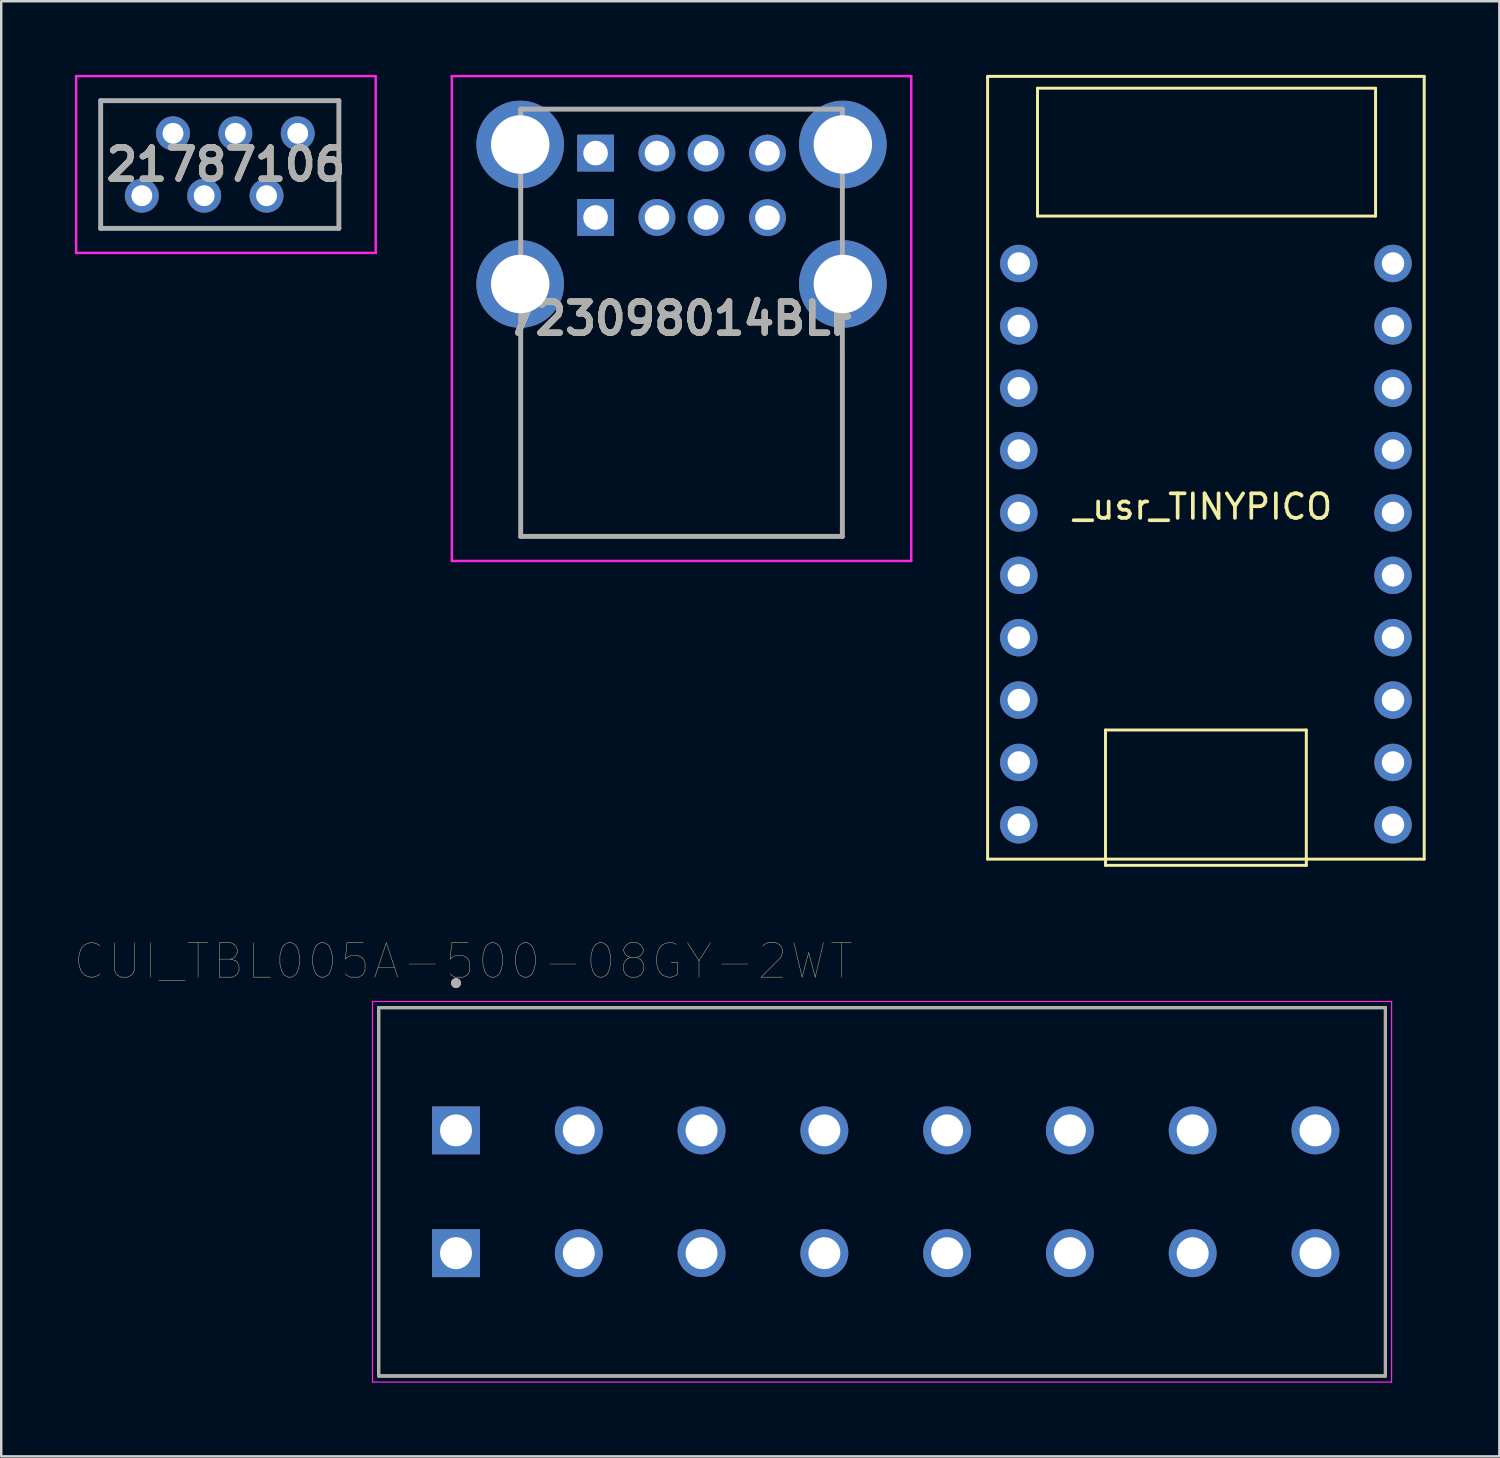
<source format=kicad_pcb>
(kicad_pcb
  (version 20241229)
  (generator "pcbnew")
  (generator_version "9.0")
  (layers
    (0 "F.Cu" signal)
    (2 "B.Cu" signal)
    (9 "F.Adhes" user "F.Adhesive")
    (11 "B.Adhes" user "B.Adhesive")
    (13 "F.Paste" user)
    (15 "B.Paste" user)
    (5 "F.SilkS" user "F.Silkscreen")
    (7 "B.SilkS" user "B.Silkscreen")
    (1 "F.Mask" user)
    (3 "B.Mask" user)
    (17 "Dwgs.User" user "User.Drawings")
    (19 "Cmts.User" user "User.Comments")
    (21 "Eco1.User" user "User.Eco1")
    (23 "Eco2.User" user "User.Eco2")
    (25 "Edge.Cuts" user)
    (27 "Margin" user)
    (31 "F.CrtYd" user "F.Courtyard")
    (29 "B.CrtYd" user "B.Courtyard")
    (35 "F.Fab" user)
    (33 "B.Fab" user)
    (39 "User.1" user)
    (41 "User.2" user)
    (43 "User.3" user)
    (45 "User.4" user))
  (footprint "CUI_TBL005A-500-08GY-2WT"
    (layer "F.Cu")
    (at 15.521 42.985)
    (property "Reference" "CUI_TBL005A-500-08GY-2WT" (at 0.295 -6.889 0) (layer "F.SilkS") (effects (font (size 1.4 1.4) (thickness 0.015))))
    (attr through_hole)
    (fp_line (start -3.15 -5) (end 37.85 -5) (stroke (width 0.127) (type solid)) (layer "F.SilkS"))
    (fp_line (start -3.15 10) (end -3.15 -5) (stroke (width 0.127) (type solid)) (layer "F.SilkS"))
    (fp_line (start 37.85 -5) (end 37.85 10) (stroke (width 0.127) (type solid)) (layer "F.SilkS"))
    (fp_line (start 37.85 10) (end -3.15 10) (stroke (width 0.127) (type solid)) (layer "F.SilkS"))
    (fp_circle (center 0 -6) (end 0.1 -6) (stroke (width 0.2) (type solid)) (fill no) (layer "F.SilkS"))
    (fp_line (start -3.4 -5.25) (end 38.1 -5.25) (stroke (width 0.05) (type solid)) (layer "F.CrtYd"))
    (fp_line (start -3.4 10.25) (end -3.4 -5.25) (stroke (width 0.05) (type solid)) (layer "F.CrtYd"))
    (fp_line (start 38.1 -5.25) (end 38.1 10.25) (stroke (width 0.05) (type solid)) (layer "F.CrtYd"))
    (fp_line (start 38.1 10.25) (end -3.4 10.25) (stroke (width 0.05) (type solid)) (layer "F.CrtYd"))
    (fp_line (start -3.15 -5) (end 37.85 -5) (stroke (width 0.127) (type solid)) (layer "F.Fab"))
    (fp_line (start -3.15 10) (end -3.15 -5) (stroke (width 0.127) (type solid)) (layer "F.Fab"))
    (fp_line (start 37.85 -5) (end 37.85 10) (stroke (width 0.127) (type solid)) (layer "F.Fab"))
    (fp_line (start 37.85 10) (end -3.15 10) (stroke (width 0.127) (type solid)) (layer "F.Fab"))
    (fp_circle (center 0 -6) (end 0.1 -6) (stroke (width 0.2) (type solid)) (fill no) (layer "F.Fab"))
    (pad "1" thru_hole rect (at 0 0) (size 1.95 1.95) (drill 1.3) (layers "*.Cu" "*.Mask"))
    (pad "1" thru_hole rect (at 0 5) (size 1.95 1.95) (drill 1.3) (layers "*.Cu" "*.Mask"))
    (pad "2" thru_hole circle (at 5 0) (size 1.95 1.95) (drill 1.3) (layers "*.Cu" "*.Mask"))
    (pad "2" thru_hole circle (at 5 5) (size 1.95 1.95) (drill 1.3) (layers "*.Cu" "*.Mask"))
    (pad "3" thru_hole circle (at 10 0) (size 1.95 1.95) (drill 1.3) (layers "*.Cu" "*.Mask"))
    (pad "3" thru_hole circle (at 10 5) (size 1.95 1.95) (drill 1.3) (layers "*.Cu" "*.Mask"))
    (pad "4" thru_hole circle (at 15 0) (size 1.95 1.95) (drill 1.3) (layers "*.Cu" "*.Mask"))
    (pad "4" thru_hole circle (at 15 5) (size 1.95 1.95) (drill 1.3) (layers "*.Cu" "*.Mask"))
    (pad "5" thru_hole circle (at 20 0) (size 1.95 1.95) (drill 1.3) (layers "*.Cu" "*.Mask"))
    (pad "5" thru_hole circle (at 20 5) (size 1.95 1.95) (drill 1.3) (layers "*.Cu" "*.Mask"))
    (pad "6" thru_hole circle (at 25 0) (size 1.95 1.95) (drill 1.3) (layers "*.Cu" "*.Mask"))
    (pad "6" thru_hole circle (at 25 5) (size 1.95 1.95) (drill 1.3) (layers "*.Cu" "*.Mask"))
    (pad "7" thru_hole circle (at 30 0) (size 1.95 1.95) (drill 1.3) (layers "*.Cu" "*.Mask"))
    (pad "7" thru_hole circle (at 30 5) (size 1.95 1.95) (drill 1.3) (layers "*.Cu" "*.Mask"))
    (pad "8" thru_hole circle (at 35 0) (size 1.95 1.95) (drill 1.3) (layers "*.Cu" "*.Mask"))
    (pad "8" thru_hole circle (at 35 5) (size 1.95 1.95) (drill 1.3) (layers "*.Cu" "*.Mask")))
  (footprint "723098014BLF"
    (layer "F.Cu")
    (at 21.205 3.185)
    (property "Reference" "723098014BLF" (at 3.5 6.738 0) (layer "F.SilkS") (effects (font (size 1.27 1.27) (thickness 0.254))))
    (attr through_hole)
    (fp_line (start -3.07 8.11) (end -3.07 15.61) (stroke (width 0.1) (type solid)) (layer "F.SilkS"))
    (fp_line (start -3.07 15.61) (end 10.07 15.61) (stroke (width 0.1) (type solid)) (layer "F.SilkS"))
    (fp_line (start -1 -1.79) (end 8 -1.79) (stroke (width 0.1) (type solid)) (layer "F.SilkS"))
    (fp_line (start 10.07 15.61) (end 10.07 8.11) (stroke (width 0.1) (type solid)) (layer "F.SilkS"))
    (fp_line (start -5.855 -3.135) (end 12.855 -3.135) (stroke (width 0.1) (type solid)) (layer "F.CrtYd"))
    (fp_line (start -5.855 16.61) (end -5.855 -3.135) (stroke (width 0.1) (type solid)) (layer "F.CrtYd"))
    (fp_line (start 12.855 -3.135) (end 12.855 16.61) (stroke (width 0.1) (type solid)) (layer "F.CrtYd"))
    (fp_line (start 12.855 16.61) (end -5.855 16.61) (stroke (width 0.1) (type solid)) (layer "F.CrtYd"))
    (fp_line (start -3.05 -1.79) (end -3.05 15.61) (stroke (width 0.2) (type solid)) (layer "F.Fab"))
    (fp_line (start -3.05 15.61) (end 10.05 15.61) (stroke (width 0.2) (type solid)) (layer "F.Fab"))
    (fp_line (start 10.05 -1.79) (end -3.05 -1.79) (stroke (width 0.2) (type solid)) (layer "F.Fab"))
    (fp_line (start 10.05 15.61) (end 10.05 -1.79) (stroke (width 0.2) (type solid)) (layer "F.Fab"))
    (fp_text user "${REFERENCE}" (at 3.5 6.738 0) (layer "F.Fab") (effects (font (size 1.27 1.27) (thickness 0.254))))
    (pad "A1" thru_hole rect (at 0 0) (size 1.5 1.5) (drill 1) (layers "*.Cu" "*.Mask"))
    (pad "A2" thru_hole circle (at 2.5 0) (size 1.5 1.5) (drill 1) (layers "*.Cu" "*.Mask"))
    (pad "A3" thru_hole circle (at 4.5 0) (size 1.5 1.5) (drill 1) (layers "*.Cu" "*.Mask"))
    (pad "A4" thru_hole circle (at 7 0) (size 1.5 1.5) (drill 1) (layers "*.Cu" "*.Mask"))
    (pad "B1" thru_hole rect (at 0 2.62) (size 1.5 1.5) (drill 1) (layers "*.Cu" "*.Mask"))
    (pad "B2" thru_hole circle (at 2.5 2.62) (size 1.5 1.5) (drill 1) (layers "*.Cu" "*.Mask"))
    (pad "B3" thru_hole circle (at 4.5 2.62) (size 1.5 1.5) (drill 1) (layers "*.Cu" "*.Mask"))
    (pad "B4" thru_hole circle (at 7 2.63) (size 1.5 1.5) (drill 1) (layers "*.Cu" "*.Mask"))
    (pad "MH1" thru_hole circle (at -3.07 5.33) (size 3.57 3.57) (drill 2.38) (layers "*.Cu" "*.Mask"))
    (pad "MH2" thru_hole circle (at 10.07 5.33) (size 3.57 3.57) (drill 2.38) (layers "*.Cu" "*.Mask"))
    (pad "MH3" thru_hole circle (at 10.07 -0.35) (size 3.57 3.57) (drill 2.38) (layers "*.Cu" "*.Mask"))
    (pad "MH4" thru_hole circle (at -3.07 -0.35) (size 3.57 3.57) (drill 2.38) (layers "*.Cu" "*.Mask")))
  (footprint "21787106"
    (layer "F.Cu")
    (at 2.725 4.92)
    (property "Reference" "21787106" (at 3.425 -1.27 0) (layer "F.SilkS") (effects (font (size 1.27 1.27) (thickness 0.254))))
    (attr through_hole)
    (fp_line (start -1.675 -3.87) (end 8.025 -3.87) (stroke (width 0.1) (type solid)) (layer "F.SilkS"))
    (fp_line (start -1.675 1.33) (end -1.675 -3.87) (stroke (width 0.1) (type solid)) (layer "F.SilkS"))
    (fp_line (start 8.025 -3.87) (end 8.025 -1.77) (stroke (width 0.1) (type solid)) (layer "F.SilkS"))
    (fp_line (start 8.025 0.23) (end 8.025 1.23) (stroke (width 0.1) (type solid)) (layer "F.SilkS"))
    (fp_line (start 8.025 1.23) (end 8.025 1.33) (stroke (width 0.1) (type solid)) (layer "F.SilkS"))
    (fp_line (start 8.025 1.33) (end -1.675 1.33) (stroke (width 0.1) (type solid)) (layer "F.SilkS"))
    (fp_line (start -2.675 -4.87) (end 9.525 -4.87) (stroke (width 0.1) (type solid)) (layer "F.CrtYd"))
    (fp_line (start -2.675 2.33) (end -2.675 -4.87) (stroke (width 0.1) (type solid)) (layer "F.CrtYd"))
    (fp_line (start 9.525 -4.87) (end 9.525 2.33) (stroke (width 0.1) (type solid)) (layer "F.CrtYd"))
    (fp_line (start 9.525 2.33) (end -2.675 2.33) (stroke (width 0.1) (type solid)) (layer "F.CrtYd"))
    (fp_line (start -1.675 -3.87) (end 8.025 -3.87) (stroke (width 0.2) (type solid)) (layer "F.Fab"))
    (fp_line (start -1.675 1.33) (end -1.675 -3.87) (stroke (width 0.2) (type solid)) (layer "F.Fab"))
    (fp_line (start 8.025 -3.87) (end 8.025 1.33) (stroke (width 0.2) (type solid)) (layer "F.Fab"))
    (fp_line (start 8.025 1.33) (end -1.675 1.33) (stroke (width 0.2) (type solid)) (layer "F.Fab"))
    (fp_text user "${REFERENCE}" (at 3.425 -1.27 0) (layer "F.Fab") (effects (font (size 1.27 1.27) (thickness 0.254))))
    (pad "" np_thru_hole circle (at 7.75 -0.74) (size 0.001 0.001) (drill 1.55) (layers "*.Cu" "*.Mask"))
    (pad "1" thru_hole circle (at 0 0) (size 1.381 1.381) (drill 0.85) (layers "*.Cu" "*.Mask"))
    (pad "2" thru_hole circle (at 1.27 -2.54) (size 1.381 1.381) (drill 0.85) (layers "*.Cu" "*.Mask"))
    (pad "3" thru_hole circle (at 2.54 0) (size 1.381 1.381) (drill 0.85) (layers "*.Cu" "*.Mask"))
    (pad "4" thru_hole circle (at 3.81 -2.54) (size 1.381 1.381) (drill 0.85) (layers "*.Cu" "*.Mask"))
    (pad "5" thru_hole circle (at 5.08 0) (size 1.381 1.381) (drill 0.85) (layers "*.Cu" "*.Mask"))
    (pad "6" thru_hole circle (at 6.35 -2.54) (size 1.381 1.381) (drill 0.85) (layers "*.Cu" "*.Mask")))
  (footprint "_usr_TINYPICO"
    (layer "F.Cu")
    (at 38.186 30.794)
    (property "Reference" "_usr_TINYPICO" (at 7.747 -13.208 180) (layer "F.SilkS") (effects (font (size 1 1) (thickness 0.15))))
    (attr through_hole)
    (fp_line (start -1.016 -30.734) (end 16.764 -30.734) (stroke (width 0.12) (type solid)) (layer "F.SilkS"))
    (fp_line (start -1.016 1.143) (end -1.016 -30.734) (stroke (width 0.12) (type solid)) (layer "F.SilkS"))
    (fp_line (start 1.016 -30.251) (end 14.783 -30.251) (stroke (width 0.12) (type solid)) (layer "F.SilkS"))
    (fp_line (start 1.016 -25.044) (end 1.016 -30.251) (stroke (width 0.12) (type solid)) (layer "F.SilkS"))
    (fp_line (start 1.016 -25.044) (end 14.783 -25.044) (stroke (width 0.12) (type solid)) (layer "F.SilkS"))
    (fp_line (start 3.785 -4.115) (end 11.963 -4.115) (stroke (width 0.12) (type solid)) (layer "F.SilkS"))
    (fp_line (start 3.785 1.397) (end 3.785 -4.115) (stroke (width 0.12) (type solid)) (layer "F.SilkS"))
    (fp_line (start 3.785 1.397) (end 11.963 1.397) (stroke (width 0.12) (type solid)) (layer "F.SilkS"))
    (fp_line (start 11.963 -4.115) (end 11.963 1.397) (stroke (width 0.12) (type solid)) (layer "F.SilkS"))
    (fp_line (start 14.783 -25.044) (end 14.783 -30.251) (stroke (width 0.12) (type solid)) (layer "F.SilkS"))
    (fp_line (start 16.764 -30.734) (end 16.764 1.143) (stroke (width 0.12) (type solid)) (layer "F.SilkS"))
    (fp_line (start 16.764 1.143) (end -1.016 1.143) (stroke (width 0.12) (type solid)) (layer "F.SilkS"))
    (pad "1" thru_hole circle (at 0.254 -23.114 180) (size 1.524 1.524) (drill 0.914) (layers "*.Cu" "*.Mask"))
    (pad "2" thru_hole circle (at 0.254 -20.574 180) (size 1.524 1.524) (drill 0.914) (layers "*.Cu" "*.Mask"))
    (pad "3" thru_hole circle (at 0.254 -18.034 180) (size 1.524 1.524) (drill 0.914) (layers "*.Cu" "*.Mask"))
    (pad "4" thru_hole circle (at 0.254 -15.494 180) (size 1.524 1.524) (drill 0.914) (layers "*.Cu" "*.Mask"))
    (pad "5" thru_hole circle (at 0.254 -12.954 180) (size 1.524 1.524) (drill 0.914) (layers "*.Cu" "*.Mask"))
    (pad "6" thru_hole circle (at 0.254 -10.414 180) (size 1.524 1.524) (drill 0.914) (layers "*.Cu" "*.Mask"))
    (pad "7" thru_hole circle (at 0.254 -7.874 180) (size 1.524 1.524) (drill 0.914) (layers "*.Cu" "*.Mask"))
    (pad "8" thru_hole circle (at 0.254 -5.334 180) (size 1.524 1.524) (drill 0.914) (layers "*.Cu" "*.Mask"))
    (pad "9" thru_hole circle (at 0.254 -2.794 180) (size 1.524 1.524) (drill 0.914) (layers "*.Cu" "*.Mask"))
    (pad "10" thru_hole circle (at 0.254 -0.254 180) (size 1.524 1.524) (drill 0.914) (layers "*.Cu" "*.Mask"))
    (pad "11" thru_hole circle (at 15.494 -0.254 180) (size 1.524 1.524) (drill 0.914) (layers "*.Cu" "*.Mask"))
    (pad "12" thru_hole circle (at 15.494 -2.794 180) (size 1.524 1.524) (drill 0.914) (layers "*.Cu" "*.Mask"))
    (pad "13" thru_hole circle (at 15.494 -5.334 180) (size 1.524 1.524) (drill 0.914) (layers "*.Cu" "*.Mask"))
    (pad "14" thru_hole circle (at 15.494 -7.874 180) (size 1.524 1.524) (drill 0.914) (layers "*.Cu" "*.Mask"))
    (pad "15" thru_hole circle (at 15.494 -10.414 180) (size 1.524 1.524) (drill 0.914) (layers "*.Cu" "*.Mask"))
    (pad "16" thru_hole circle (at 15.494 -12.954 180) (size 1.524 1.524) (drill 0.916) (layers "*.Cu" "*.Mask"))
    (pad "17" thru_hole circle (at 15.494 -15.494 180) (size 1.524 1.524) (drill 0.914) (layers "*.Cu" "*.Mask"))
    (pad "18" thru_hole circle (at 15.494 -18.034 180) (size 1.524 1.524) (drill 0.914) (layers "*.Cu" "*.Mask"))
    (pad "19" thru_hole circle (at 15.494 -20.574 180) (size 1.524 1.524) (drill 0.914) (layers "*.Cu" "*.Mask"))
    (pad "20" thru_hole circle (at 15.494 -23.114 180) (size 1.524 1.524) (drill 0.914) (layers "*.Cu" "*.Mask")))
  (gr_rect
    (start -3 -3)
    (end 58.01 56.26)
    (stroke (width 0.1) (type default))
    (fill no)
    (layer "Edge.Cuts")))
</source>
